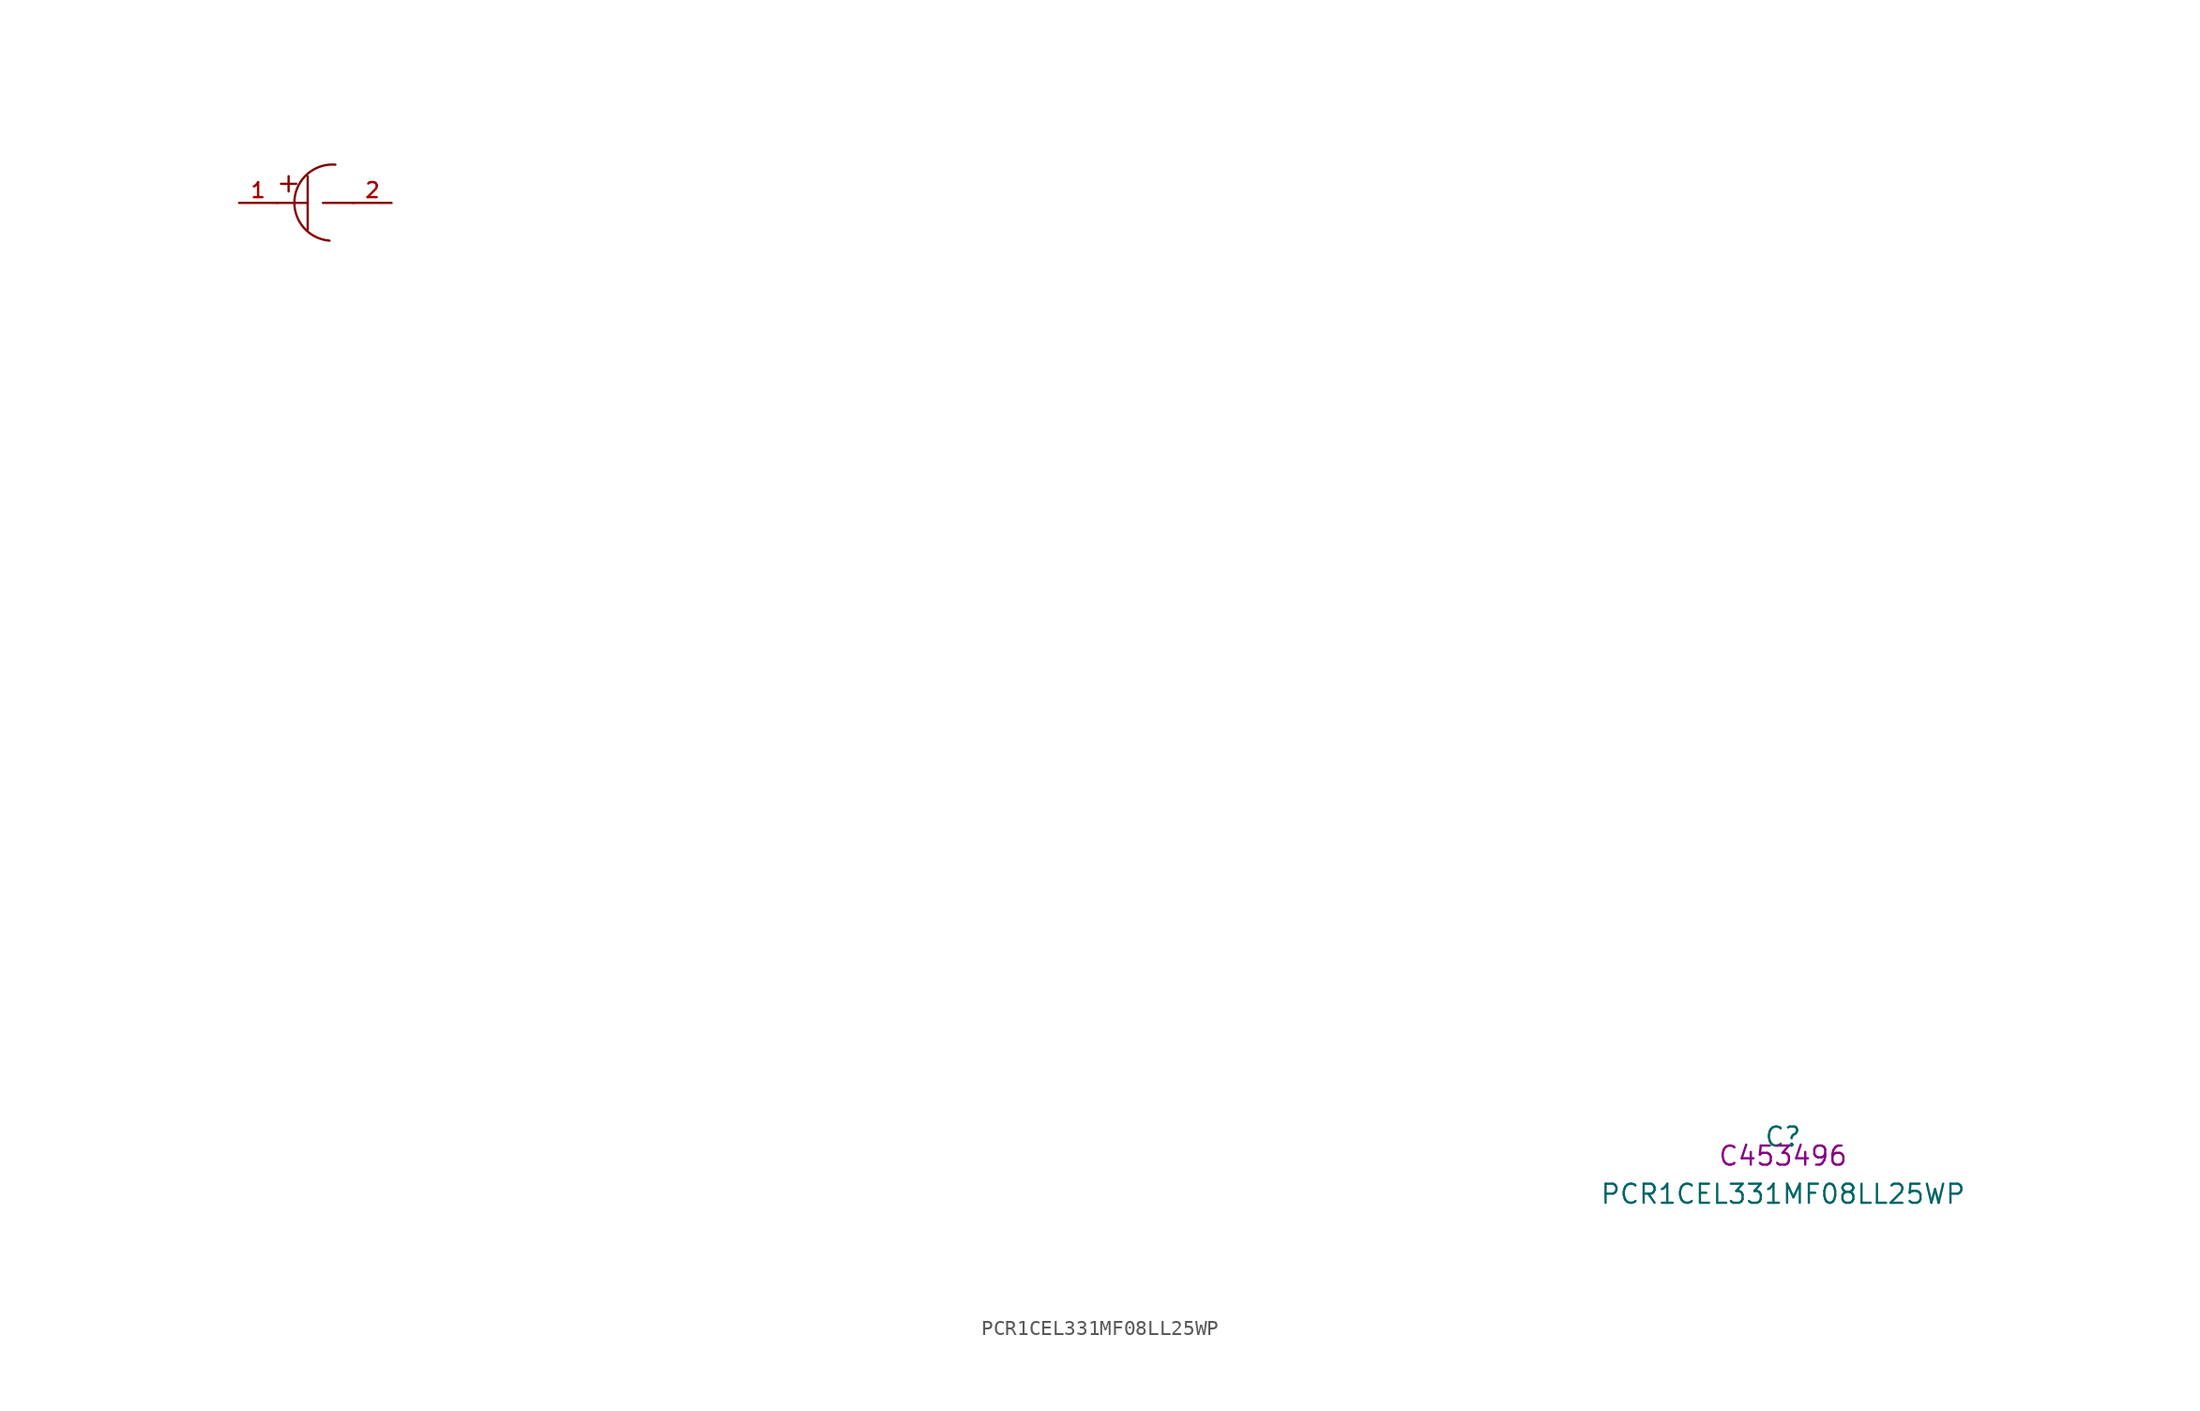
<source format=kicad_sym>
(kicad_symbol_lib
  (version 20210201)
  (generator TousstNicolas/JLC2KiCad_lib)
  (symbol "PCR1CEL331MF08LL25WP"
    (pin_names hide)
    (property "Reference" "C"
      (at 0 1.27 0)
      (effects (font (size 1.27 1.27))))
    (property "Value" "PCR1CEL331MF08LL25WP"
      (at 0 -2.54 0)
      (effects (font (size 1.27 1.27))))
    (property "LCSC" "C453496"
      (at 0 0 0)
      (effects (font (size 1.27 1.27))))
    (symbol "PCR1CEL331MF08LL25WP_0_0"
      (polyline (pts (xy -98.298 65.278) (xy -98.298 61.722)) (stroke (width 0) (type default) (color 0 0 0 0)) (fill (type none)))
      (pin input line (at -102.87 63.5 0) (length 2.54) (name "1" (effects (font (size 1 1)))) (number "1" (effects (font (size 1 1)))))
      (pin input line (at -92.71 63.5 180) (length 2.54) (name "2" (effects (font (size 1 1)))) (number "2" (effects (font (size 1 1)))))
      (polyline (pts (xy -100.33 63.5) (xy -98.298 63.5)) (stroke (width 0) (type default) (color 0 0 0 0)) (fill (type none)))
      (polyline (pts (xy -97.282 63.5) (xy -95.25 63.5)) (stroke (width 0) (type default) (color 0 0 0 0)) (fill (type none)))
      (arc (start -96.45392600222031 66.04886812194582) (mid -99.18316781455081 63.71339411407975) (end -96.84769386768805 60.98415224954735) (stroke (width 0) (type default) (color 0 0 0 0)) (fill (type none)))
      (polyline (pts (xy -100.076 64.77) (xy -99.06 64.77)) (stroke (width 0) (type default) (color 0 0 0 0)) (fill (type none)))
      (polyline (pts (xy -99.568 65.278) (xy -99.568 64.262)) (stroke (width 0) (type default) (color 0 0 0 0)) (fill (type none))))))
</source>
